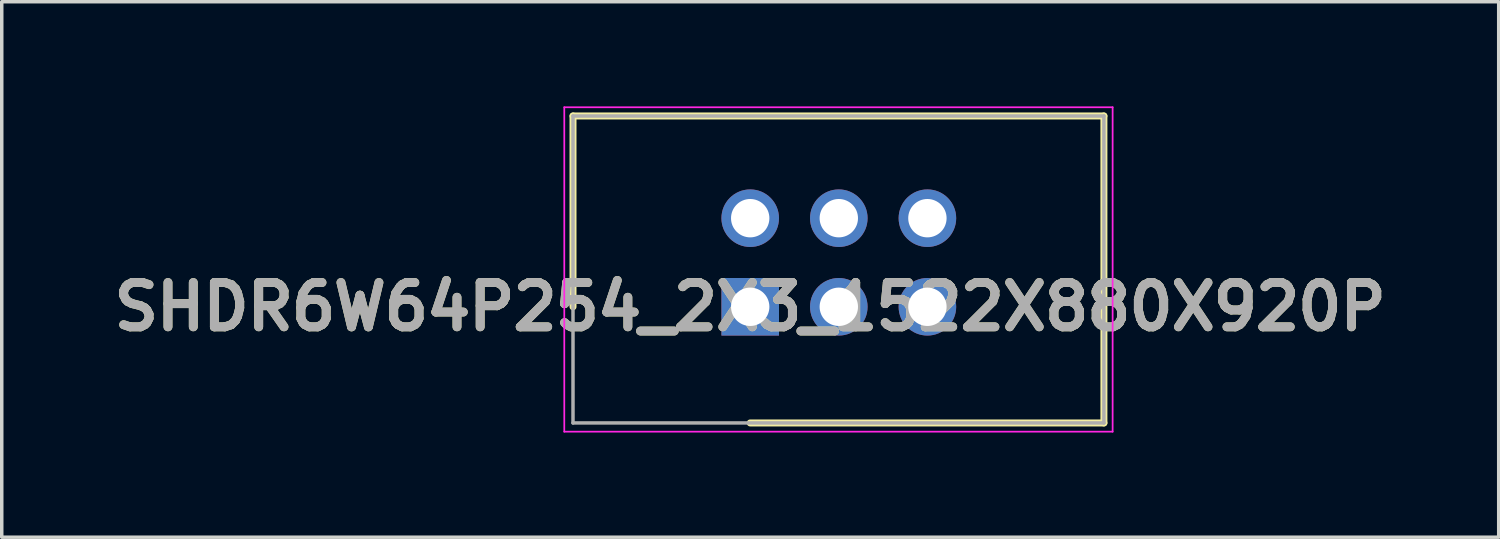
<source format=kicad_pcb>
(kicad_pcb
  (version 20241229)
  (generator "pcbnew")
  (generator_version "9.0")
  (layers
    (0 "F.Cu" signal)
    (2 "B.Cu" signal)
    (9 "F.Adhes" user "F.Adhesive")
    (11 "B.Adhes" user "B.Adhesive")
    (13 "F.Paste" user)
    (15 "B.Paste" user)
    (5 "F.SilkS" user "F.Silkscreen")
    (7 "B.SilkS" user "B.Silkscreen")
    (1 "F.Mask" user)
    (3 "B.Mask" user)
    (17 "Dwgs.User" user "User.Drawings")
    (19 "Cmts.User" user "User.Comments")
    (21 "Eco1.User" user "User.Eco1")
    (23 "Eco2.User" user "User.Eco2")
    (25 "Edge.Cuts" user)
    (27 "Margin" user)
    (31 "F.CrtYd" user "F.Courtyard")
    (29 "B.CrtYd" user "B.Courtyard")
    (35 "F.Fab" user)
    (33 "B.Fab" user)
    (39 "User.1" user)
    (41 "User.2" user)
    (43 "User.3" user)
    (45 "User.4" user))
  (footprint "SHDR6W64P254_2X3_1522X880X920P"
    (layer "F.Cu")
    (at 18.457 5.745)
    (property "Reference" "SHDR6W64P254_2X3_1522X880X920P" (at 0 0 0) (layer "F.SilkS") (effects (font (size 1.27 1.27) (thickness 0.254))))
    (attr through_hole)
    (fp_line (start -5.08 -5.47) (end -5.08 0) (stroke (width 0.2) (type solid)) (layer "F.SilkS"))
    (fp_line (start 0 3.33) (end 10.14 3.33) (stroke (width 0.2) (type solid)) (layer "F.SilkS"))
    (fp_line (start 10.14 -5.47) (end -5.08 -5.47) (stroke (width 0.2) (type solid)) (layer "F.SilkS"))
    (fp_line (start 10.14 3.33) (end 10.14 -5.47) (stroke (width 0.2) (type solid)) (layer "F.SilkS"))
    (fp_line (start -5.33 -5.72) (end 10.39 -5.72) (stroke (width 0.05) (type solid)) (layer "F.CrtYd"))
    (fp_line (start -5.33 3.58) (end -5.33 -5.72) (stroke (width 0.05) (type solid)) (layer "F.CrtYd"))
    (fp_line (start 10.39 -5.72) (end 10.39 3.58) (stroke (width 0.05) (type solid)) (layer "F.CrtYd"))
    (fp_line (start 10.39 3.58) (end -5.33 3.58) (stroke (width 0.05) (type solid)) (layer "F.CrtYd"))
    (fp_line (start -5.08 -5.47) (end 10.14 -5.47) (stroke (width 0.1) (type solid)) (layer "F.Fab"))
    (fp_line (start -5.08 3.33) (end -5.08 -5.47) (stroke (width 0.1) (type solid)) (layer "F.Fab"))
    (fp_line (start 10.14 -5.47) (end 10.14 3.33) (stroke (width 0.1) (type solid)) (layer "F.Fab"))
    (fp_line (start 10.14 3.33) (end -5.08 3.33) (stroke (width 0.1) (type solid)) (layer "F.Fab"))
    (fp_text user "${REFERENCE}" (at 0 0 0) (layer "F.Fab") (effects (font (size 1.27 1.27) (thickness 0.254))))
    (pad "1" thru_hole rect (at 0 0) (size 1.65 1.65) (drill 1.1) (layers "*.Cu" "*.Mask"))
    (pad "2" thru_hole circle (at 0 -2.54) (size 1.65 1.65) (drill 1.1) (layers "*.Cu" "*.Mask"))
    (pad "3" thru_hole circle (at 2.54 0) (size 1.65 1.65) (drill 1.1) (layers "*.Cu" "*.Mask"))
    (pad "4" thru_hole circle (at 2.54 -2.54) (size 1.65 1.65) (drill 1.1) (layers "*.Cu" "*.Mask"))
    (pad "5" thru_hole circle (at 5.08 0) (size 1.65 1.65) (drill 1.1) (layers "*.Cu" "*.Mask"))
    (pad "6" thru_hole circle (at 5.08 -2.54) (size 1.65 1.65) (drill 1.1) (layers "*.Cu" "*.Mask")))
  (gr_rect
    (start -3 -3)
    (end 39.915 12.35)
    (stroke (width 0.1) (type default))
    (fill no)
    (layer "Edge.Cuts")))
</source>
